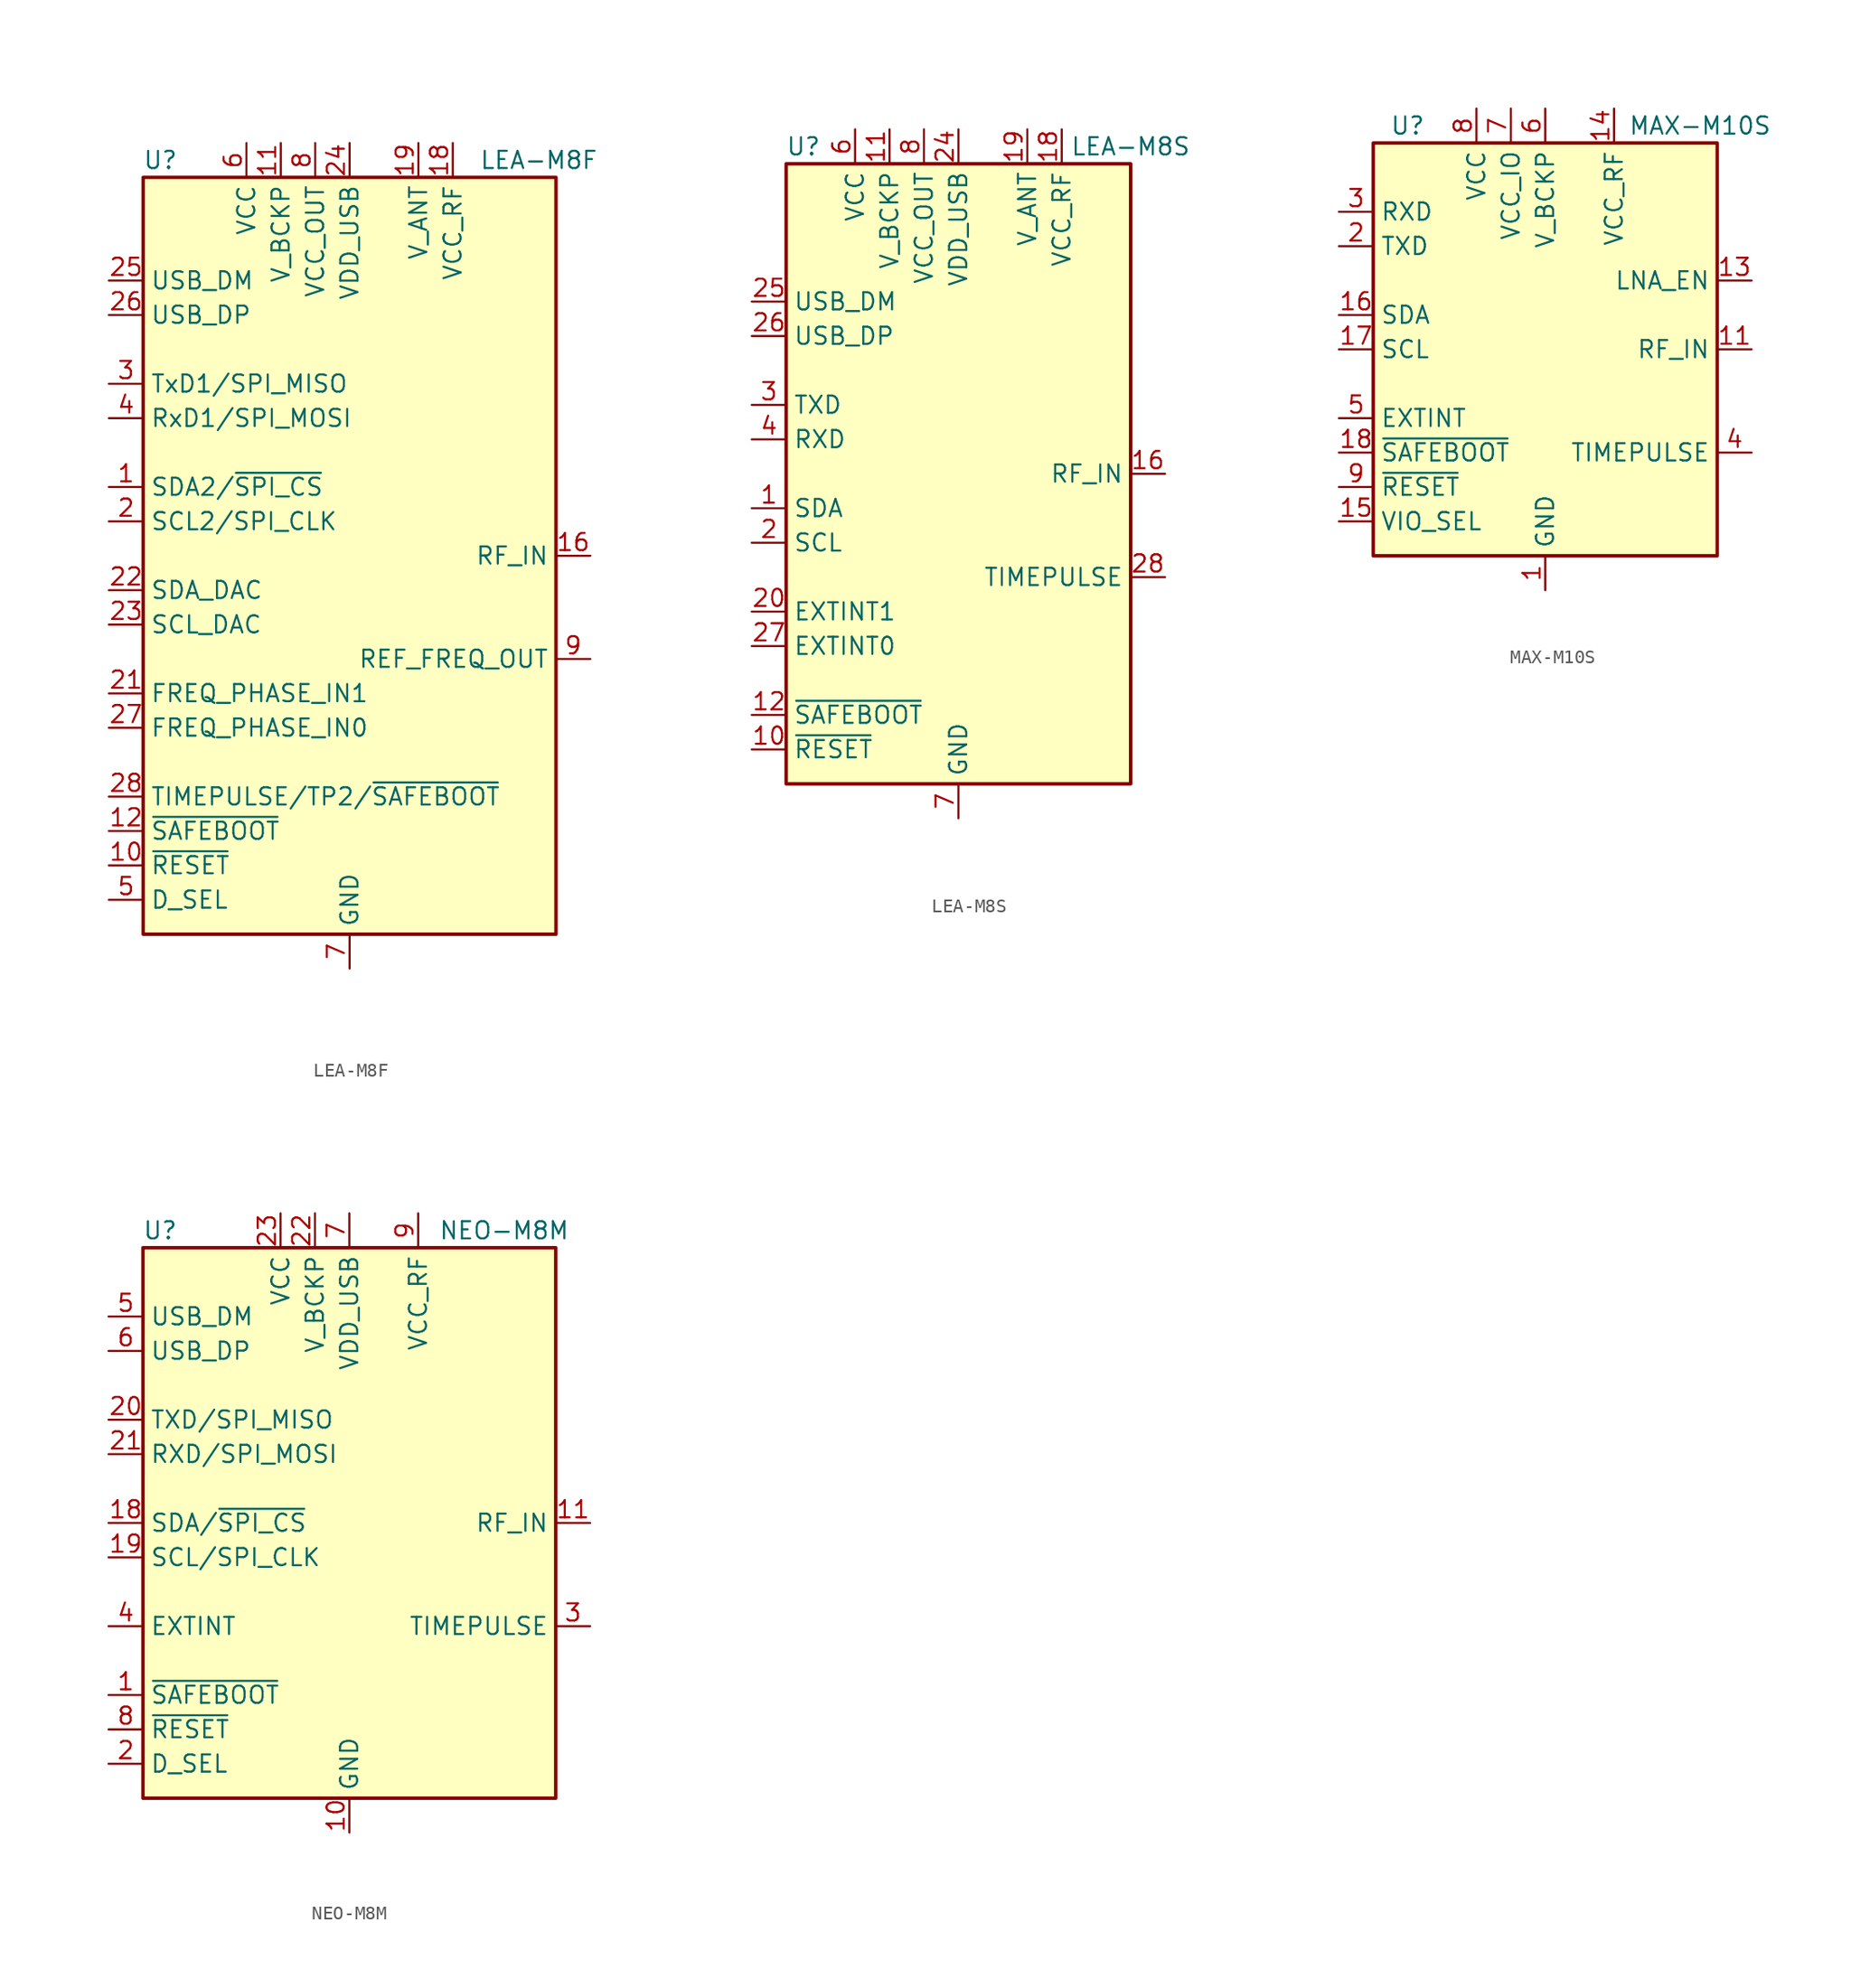
<source format=kicad_sym>
(kicad_symbol_lib
  (version 20231120)
  (generator "kicad_symbol_editor")
  (generator_version "8.0")
  (symbol "LEA-M8F"
    (property "Reference" "U"
      (at -13.97 29.21 0)
      (effects (font (size 1.27 1.27))))
    (property "Value" "LEA-M8F"
      (at 13.97 29.21 0)
      (effects (font (size 1.27 1.27))))
    (symbol "LEA-M8F_0_1"
      (rectangle (start -15.24 27.94) (end 15.24 -27.94) (stroke (width 0.254) (type default)) (fill (type background))))
    (symbol "LEA-M8F_1_1"
      (pin bidirectional line (at -17.78 5.08 0) (length 2.54) (name "SDA2/~{SPI_CS}" (effects (font (size 1.27 1.27)))) (number "1" (effects (font (size 1.27 1.27)))))
      (pin input line (at -17.78 -22.86 0) (length 2.54) (name "~{RESET}" (effects (font (size 1.27 1.27)))) (number "10" (effects (font (size 1.27 1.27)))))
      (pin power_in line (at -5.08 30.48 270) (length 2.54) (name "V_BCKP" (effects (font (size 1.27 1.27)))) (number "11" (effects (font (size 1.27 1.27)))))
      (pin input line (at -17.78 -20.32 0) (length 2.54) (name "~{SAFEBOOT}" (effects (font (size 1.27 1.27)))) (number "12" (effects (font (size 1.27 1.27)))))
      (pin passive line (at 0 -30.48 90) (length 2.54) hide (name "GND" (effects (font (size 1.27 1.27)))) (number "13" (effects (font (size 1.27 1.27)))))
      (pin passive line (at 0 -30.48 90) (length 2.54) hide (name "GND" (effects (font (size 1.27 1.27)))) (number "14" (effects (font (size 1.27 1.27)))))
      (pin passive line (at 0 -30.48 90) (length 2.54) hide (name "GND" (effects (font (size 1.27 1.27)))) (number "15" (effects (font (size 1.27 1.27)))))
      (pin input line (at 17.78 0 180) (length 2.54) (name "RF_IN" (effects (font (size 1.27 1.27)))) (number "16" (effects (font (size 1.27 1.27)))))
      (pin passive line (at 0 -30.48 90) (length 2.54) hide (name "GND" (effects (font (size 1.27 1.27)))) (number "17" (effects (font (size 1.27 1.27)))))
      (pin power_out line (at 7.62 30.48 270) (length 2.54) (name "VCC_RF" (effects (font (size 1.27 1.27)))) (number "18" (effects (font (size 1.27 1.27)))))
      (pin power_in line (at 5.08 30.48 270) (length 2.54) (name "V_ANT" (effects (font (size 1.27 1.27)))) (number "19" (effects (font (size 1.27 1.27)))))
      (pin input line (at -17.78 2.54 0) (length 2.54) (name "SCL2/SPI_CLK" (effects (font (size 1.27 1.27)))) (number "2" (effects (font (size 1.27 1.27)))))
      (pin no_connect line (at 15.24 2.54 180) (length 2.54) hide (name "RESERVED" (effects (font (size 1.27 1.27)))) (number "20" (effects (font (size 1.27 1.27)))))
      (pin input line (at -17.78 -10.16 0) (length 2.54) (name "FREQ_PHASE_IN1" (effects (font (size 1.27 1.27)))) (number "21" (effects (font (size 1.27 1.27)))))
      (pin bidirectional line (at -17.78 -2.54 0) (length 2.54) (name "SDA_DAC" (effects (font (size 1.27 1.27)))) (number "22" (effects (font (size 1.27 1.27)))))
      (pin output line (at -17.78 -5.08 0) (length 2.54) (name "SCL_DAC" (effects (font (size 1.27 1.27)))) (number "23" (effects (font (size 1.27 1.27)))))
      (pin power_in line (at 0 30.48 270) (length 2.54) (name "VDD_USB" (effects (font (size 1.27 1.27)))) (number "24" (effects (font (size 1.27 1.27)))))
      (pin bidirectional line (at -17.78 20.32 0) (length 2.54) (name "USB_DM" (effects (font (size 1.27 1.27)))) (number "25" (effects (font (size 1.27 1.27)))))
      (pin bidirectional line (at -17.78 17.78 0) (length 2.54) (name "USB_DP" (effects (font (size 1.27 1.27)))) (number "26" (effects (font (size 1.27 1.27)))))
      (pin input line (at -17.78 -12.7 0) (length 2.54) (name "FREQ_PHASE_IN0" (effects (font (size 1.27 1.27)))) (number "27" (effects (font (size 1.27 1.27)))))
      (pin bidirectional line (at -17.78 -17.78 0) (length 2.54) (name "TIMEPULSE/TP2/~{SAFEBOOT}" (effects (font (size 1.27 1.27)))) (number "28" (effects (font (size 1.27 1.27)))))
      (pin output line (at -17.78 12.7 0) (length 2.54) (name "TxD1/SPI_MISO" (effects (font (size 1.27 1.27)))) (number "3" (effects (font (size 1.27 1.27)))))
      (pin input line (at -17.78 10.16 0) (length 2.54) (name "RxD1/SPI_MOSI" (effects (font (size 1.27 1.27)))) (number "4" (effects (font (size 1.27 1.27)))))
      (pin input line (at -17.78 -25.4 0) (length 2.54) (name "D_SEL" (effects (font (size 1.27 1.27)))) (number "5" (effects (font (size 1.27 1.27)))))
      (pin power_in line (at -7.62 30.48 270) (length 2.54) (name "VCC" (effects (font (size 1.27 1.27)))) (number "6" (effects (font (size 1.27 1.27)))))
      (pin power_in line (at 0 -30.48 90) (length 2.54) (name "GND" (effects (font (size 1.27 1.27)))) (number "7" (effects (font (size 1.27 1.27)))))
      (pin power_out line (at -2.54 30.48 270) (length 2.54) (name "VCC_OUT" (effects (font (size 1.27 1.27)))) (number "8" (effects (font (size 1.27 1.27)))))
      (pin output line (at 17.78 -7.62 180) (length 2.54) (name "REF_FREQ_OUT" (effects (font (size 1.27 1.27)))) (number "9" (effects (font (size 1.27 1.27)))))))
  (symbol "LEA-M8S"
    (property "Reference" "U"
      (at -11.43 24.13 0)
      (effects (font (size 1.27 1.27))))
    (property "Value" "LEA-M8S"
      (at 12.7 24.13 0)
      (effects (font (size 1.27 1.27))))
    (symbol "LEA-M8S_0_1"
      (rectangle (start -12.7 22.86) (end 12.7 -22.86) (stroke (width 0.254) (type default)) (fill (type background))))
    (symbol "LEA-M8S_1_1"
      (pin bidirectional line (at -15.24 -2.54 0) (length 2.54) (name "SDA" (effects (font (size 1.27 1.27)))) (number "1" (effects (font (size 1.27 1.27)))))
      (pin input line (at -15.24 -20.32 0) (length 2.54) (name "~{RESET}" (effects (font (size 1.27 1.27)))) (number "10" (effects (font (size 1.27 1.27)))))
      (pin power_in line (at -5.08 25.4 270) (length 2.54) (name "V_BCKP" (effects (font (size 1.27 1.27)))) (number "11" (effects (font (size 1.27 1.27)))))
      (pin input line (at -15.24 -17.78 0) (length 2.54) (name "~{SAFEBOOT}" (effects (font (size 1.27 1.27)))) (number "12" (effects (font (size 1.27 1.27)))))
      (pin passive line (at 0 -25.4 90) (length 2.54) hide (name "GND" (effects (font (size 1.27 1.27)))) (number "13" (effects (font (size 1.27 1.27)))))
      (pin passive line (at 0 -25.4 90) (length 2.54) hide (name "GND" (effects (font (size 1.27 1.27)))) (number "14" (effects (font (size 1.27 1.27)))))
      (pin passive line (at 0 -25.4 90) (length 2.54) hide (name "GND" (effects (font (size 1.27 1.27)))) (number "15" (effects (font (size 1.27 1.27)))))
      (pin input line (at 15.24 0 180) (length 2.54) (name "RF_IN" (effects (font (size 1.27 1.27)))) (number "16" (effects (font (size 1.27 1.27)))))
      (pin passive line (at 0 -25.4 90) (length 2.54) hide (name "GND" (effects (font (size 1.27 1.27)))) (number "17" (effects (font (size 1.27 1.27)))))
      (pin power_out line (at 7.62 25.4 270) (length 2.54) (name "VCC_RF" (effects (font (size 1.27 1.27)))) (number "18" (effects (font (size 1.27 1.27)))))
      (pin power_in line (at 5.08 25.4 270) (length 2.54) (name "V_ANT" (effects (font (size 1.27 1.27)))) (number "19" (effects (font (size 1.27 1.27)))))
      (pin input line (at -15.24 -5.08 0) (length 2.54) (name "SCL" (effects (font (size 1.27 1.27)))) (number "2" (effects (font (size 1.27 1.27)))))
      (pin input line (at -15.24 -10.16 0) (length 2.54) (name "EXTINT1" (effects (font (size 1.27 1.27)))) (number "20" (effects (font (size 1.27 1.27)))))
      (pin no_connect line (at 12.7 7.62 180) (length 2.54) hide (name "RESERVED" (effects (font (size 1.27 1.27)))) (number "21" (effects (font (size 1.27 1.27)))))
      (pin no_connect line (at 12.7 5.08 180) (length 2.54) hide (name "RESERVED" (effects (font (size 1.27 1.27)))) (number "22" (effects (font (size 1.27 1.27)))))
      (pin no_connect line (at 12.7 2.54 180) (length 2.54) hide (name "RESERVED" (effects (font (size 1.27 1.27)))) (number "23" (effects (font (size 1.27 1.27)))))
      (pin power_in line (at 0 25.4 270) (length 2.54) (name "VDD_USB" (effects (font (size 1.27 1.27)))) (number "24" (effects (font (size 1.27 1.27)))))
      (pin bidirectional line (at -15.24 12.7 0) (length 2.54) (name "USB_DM" (effects (font (size 1.27 1.27)))) (number "25" (effects (font (size 1.27 1.27)))))
      (pin bidirectional line (at -15.24 10.16 0) (length 2.54) (name "USB_DP" (effects (font (size 1.27 1.27)))) (number "26" (effects (font (size 1.27 1.27)))))
      (pin input line (at -15.24 -12.7 0) (length 2.54) (name "EXTINT0" (effects (font (size 1.27 1.27)))) (number "27" (effects (font (size 1.27 1.27)))))
      (pin output line (at 15.24 -7.62 180) (length 2.54) (name "TIMEPULSE" (effects (font (size 1.27 1.27)))) (number "28" (effects (font (size 1.27 1.27)))))
      (pin output line (at -15.24 5.08 0) (length 2.54) (name "TXD" (effects (font (size 1.27 1.27)))) (number "3" (effects (font (size 1.27 1.27)))))
      (pin input line (at -15.24 2.54 0) (length 2.54) (name "RXD" (effects (font (size 1.27 1.27)))) (number "4" (effects (font (size 1.27 1.27)))))
      (pin no_connect line (at 12.7 12.7 180) (length 2.54) hide (name "RESERVED" (effects (font (size 1.27 1.27)))) (number "5" (effects (font (size 1.27 1.27)))))
      (pin power_in line (at -7.62 25.4 270) (length 2.54) (name "VCC" (effects (font (size 1.27 1.27)))) (number "6" (effects (font (size 1.27 1.27)))))
      (pin power_in line (at 0 -25.4 90) (length 2.54) (name "GND" (effects (font (size 1.27 1.27)))) (number "7" (effects (font (size 1.27 1.27)))))
      (pin power_out line (at -2.54 25.4 270) (length 2.54) (name "VCC_OUT" (effects (font (size 1.27 1.27)))) (number "8" (effects (font (size 1.27 1.27)))))
      (pin no_connect line (at 12.7 10.16 180) (length 2.54) hide (name "RESERVED" (effects (font (size 1.27 1.27)))) (number "9" (effects (font (size 1.27 1.27)))))))
  (symbol "MAX-M10S"
    (property "Reference" "U"
      (at -10.16 16.51 0)
      (effects (font (size 1.27 1.27))))
    (property "Value" "MAX-M10S"
      (at 11.43 16.51 0)
      (effects (font (size 1.27 1.27))))
    (symbol "MAX-M10S_0_1"
      (rectangle (start 12.7 15.24) (end -12.7 -15.24) (stroke (width 0.254) (type default)) (fill (type background))))
    (symbol "MAX-M10S_1_1"
      (pin power_in line (at 0 -17.78 90) (length 2.54) (name "GND" (effects (font (size 1.27 1.27)))) (number "1" (effects (font (size 1.27 1.27)))))
      (pin passive line (at 0 -17.78 90) (length 2.54) hide (name "GND" (effects (font (size 1.27 1.27)))) (number "10" (effects (font (size 1.27 1.27)))))
      (pin input line (at 15.24 0 180) (length 2.54) (name "RF_IN" (effects (font (size 1.27 1.27)))) (number "11" (effects (font (size 1.27 1.27)))))
      (pin passive line (at 0 -17.78 90) (length 2.54) hide (name "GND" (effects (font (size 1.27 1.27)))) (number "12" (effects (font (size 1.27 1.27)))))
      (pin output line (at 15.24 5.08 180) (length 2.54) (name "LNA_EN" (effects (font (size 1.27 1.27)))) (number "13" (effects (font (size 1.27 1.27)))))
      (pin power_out line (at 5.08 17.78 270) (length 2.54) (name "VCC_RF" (effects (font (size 1.27 1.27)))) (number "14" (effects (font (size 1.27 1.27)))))
      (pin input line (at -15.24 -12.7 0) (length 2.54) (name "VIO_SEL" (effects (font (size 1.27 1.27)))) (number "15" (effects (font (size 1.27 1.27)))))
      (pin bidirectional line (at -15.24 2.54 0) (length 2.54) (name "SDA" (effects (font (size 1.27 1.27)))) (number "16" (effects (font (size 1.27 1.27)))))
      (pin input line (at -15.24 0 0) (length 2.54) (name "SCL" (effects (font (size 1.27 1.27)))) (number "17" (effects (font (size 1.27 1.27)))))
      (pin input line (at -15.24 -7.62 0) (length 2.54) (name "~{SAFEBOOT}" (effects (font (size 1.27 1.27)))) (number "18" (effects (font (size 1.27 1.27)))))
      (pin output line (at -15.24 7.62 0) (length 2.54) (name "TXD" (effects (font (size 1.27 1.27)))) (number "2" (effects (font (size 1.27 1.27)))))
      (pin input line (at -15.24 10.16 0) (length 2.54) (name "RXD" (effects (font (size 1.27 1.27)))) (number "3" (effects (font (size 1.27 1.27)))))
      (pin output line (at 15.24 -7.62 180) (length 2.54) (name "TIMEPULSE" (effects (font (size 1.27 1.27)))) (number "4" (effects (font (size 1.27 1.27)))))
      (pin input line (at -15.24 -5.08 0) (length 2.54) (name "EXTINT" (effects (font (size 1.27 1.27)))) (number "5" (effects (font (size 1.27 1.27)))))
      (pin power_in line (at 0 17.78 270) (length 2.54) (name "V_BCKP" (effects (font (size 1.27 1.27)))) (number "6" (effects (font (size 1.27 1.27)))))
      (pin power_in line (at -2.54 17.78 270) (length 2.54) (name "VCC_IO" (effects (font (size 1.27 1.27)))) (number "7" (effects (font (size 1.27 1.27)))))
      (pin power_in line (at -5.08 17.78 270) (length 2.54) (name "VCC" (effects (font (size 1.27 1.27)))) (number "8" (effects (font (size 1.27 1.27)))))
      (pin input line (at -15.24 -10.16 0) (length 2.54) (name "~{RESET}" (effects (font (size 1.27 1.27)))) (number "9" (effects (font (size 1.27 1.27)))))))
  (symbol "NEO-M8M"
    (property "Reference" "U"
      (at -13.97 21.59 0)
      (effects (font (size 1.27 1.27))))
    (property "Value" "NEO-M8M"
      (at 11.43 21.59 0)
      (effects (font (size 1.27 1.27))))
    (symbol "NEO-M8M_0_1"
      (rectangle (start -15.24 20.32) (end 15.24 -20.32) (stroke (width 0.254) (type default)) (fill (type background))))
    (symbol "NEO-M8M_1_1"
      (pin input line (at -17.78 -12.7 0) (length 2.54) (name "~{SAFEBOOT}" (effects (font (size 1.27 1.27)))) (number "1" (effects (font (size 1.27 1.27)))))
      (pin power_in line (at 0 -22.86 90) (length 2.54) (name "GND" (effects (font (size 1.27 1.27)))) (number "10" (effects (font (size 1.27 1.27)))))
      (pin input line (at 17.78 0 180) (length 2.54) (name "RF_IN" (effects (font (size 1.27 1.27)))) (number "11" (effects (font (size 1.27 1.27)))))
      (pin passive line (at 0 -22.86 90) (length 2.54) hide (name "GND" (effects (font (size 1.27 1.27)))) (number "12" (effects (font (size 1.27 1.27)))))
      (pin passive line (at 0 -22.86 90) (length 2.54) hide (name "GND" (effects (font (size 1.27 1.27)))) (number "13" (effects (font (size 1.27 1.27)))))
      (pin no_connect line (at 15.24 -10.16 180) (length 2.54) hide (name "RESERVED" (effects (font (size 1.27 1.27)))) (number "14" (effects (font (size 1.27 1.27)))))
      (pin no_connect line (at 15.24 -12.7 180) (length 2.54) hide (name "RESERVED" (effects (font (size 1.27 1.27)))) (number "15" (effects (font (size 1.27 1.27)))))
      (pin no_connect line (at 15.24 -15.24 180) (length 2.54) hide (name "RESERVED" (effects (font (size 1.27 1.27)))) (number "16" (effects (font (size 1.27 1.27)))))
      (pin no_connect line (at 15.24 -17.78 180) (length 2.54) hide (name "RESERVED" (effects (font (size 1.27 1.27)))) (number "17" (effects (font (size 1.27 1.27)))))
      (pin bidirectional line (at -17.78 0 0) (length 2.54) (name "SDA/~{SPI_CS}" (effects (font (size 1.27 1.27)))) (number "18" (effects (font (size 1.27 1.27)))))
      (pin input line (at -17.78 -2.54 0) (length 2.54) (name "SCL/SPI_CLK" (effects (font (size 1.27 1.27)))) (number "19" (effects (font (size 1.27 1.27)))))
      (pin input line (at -17.78 -17.78 0) (length 2.54) (name "D_SEL" (effects (font (size 1.27 1.27)))) (number "2" (effects (font (size 1.27 1.27)))))
      (pin output line (at -17.78 7.62 0) (length 2.54) (name "TXD/SPI_MISO" (effects (font (size 1.27 1.27)))) (number "20" (effects (font (size 1.27 1.27)))))
      (pin input line (at -17.78 5.08 0) (length 2.54) (name "RXD/SPI_MOSI" (effects (font (size 1.27 1.27)))) (number "21" (effects (font (size 1.27 1.27)))))
      (pin power_in line (at -2.54 22.86 270) (length 2.54) (name "V_BCKP" (effects (font (size 1.27 1.27)))) (number "22" (effects (font (size 1.27 1.27)))))
      (pin power_in line (at -5.08 22.86 270) (length 2.54) (name "VCC" (effects (font (size 1.27 1.27)))) (number "23" (effects (font (size 1.27 1.27)))))
      (pin passive line (at 0 -22.86 90) (length 2.54) hide (name "GND" (effects (font (size 1.27 1.27)))) (number "24" (effects (font (size 1.27 1.27)))))
      (pin output line (at 17.78 -7.62 180) (length 2.54) (name "TIMEPULSE" (effects (font (size 1.27 1.27)))) (number "3" (effects (font (size 1.27 1.27)))))
      (pin input line (at -17.78 -7.62 0) (length 2.54) (name "EXTINT" (effects (font (size 1.27 1.27)))) (number "4" (effects (font (size 1.27 1.27)))))
      (pin bidirectional line (at -17.78 15.24 0) (length 2.54) (name "USB_DM" (effects (font (size 1.27 1.27)))) (number "5" (effects (font (size 1.27 1.27)))))
      (pin bidirectional line (at -17.78 12.7 0) (length 2.54) (name "USB_DP" (effects (font (size 1.27 1.27)))) (number "6" (effects (font (size 1.27 1.27)))))
      (pin power_in line (at 0 22.86 270) (length 2.54) (name "VDD_USB" (effects (font (size 1.27 1.27)))) (number "7" (effects (font (size 1.27 1.27)))))
      (pin input line (at -17.78 -15.24 0) (length 2.54) (name "~{RESET}" (effects (font (size 1.27 1.27)))) (number "8" (effects (font (size 1.27 1.27)))))
      (pin power_out line (at 5.08 22.86 270) (length 2.54) (name "VCC_RF" (effects (font (size 1.27 1.27)))) (number "9" (effects (font (size 1.27 1.27))))))))
</source>
